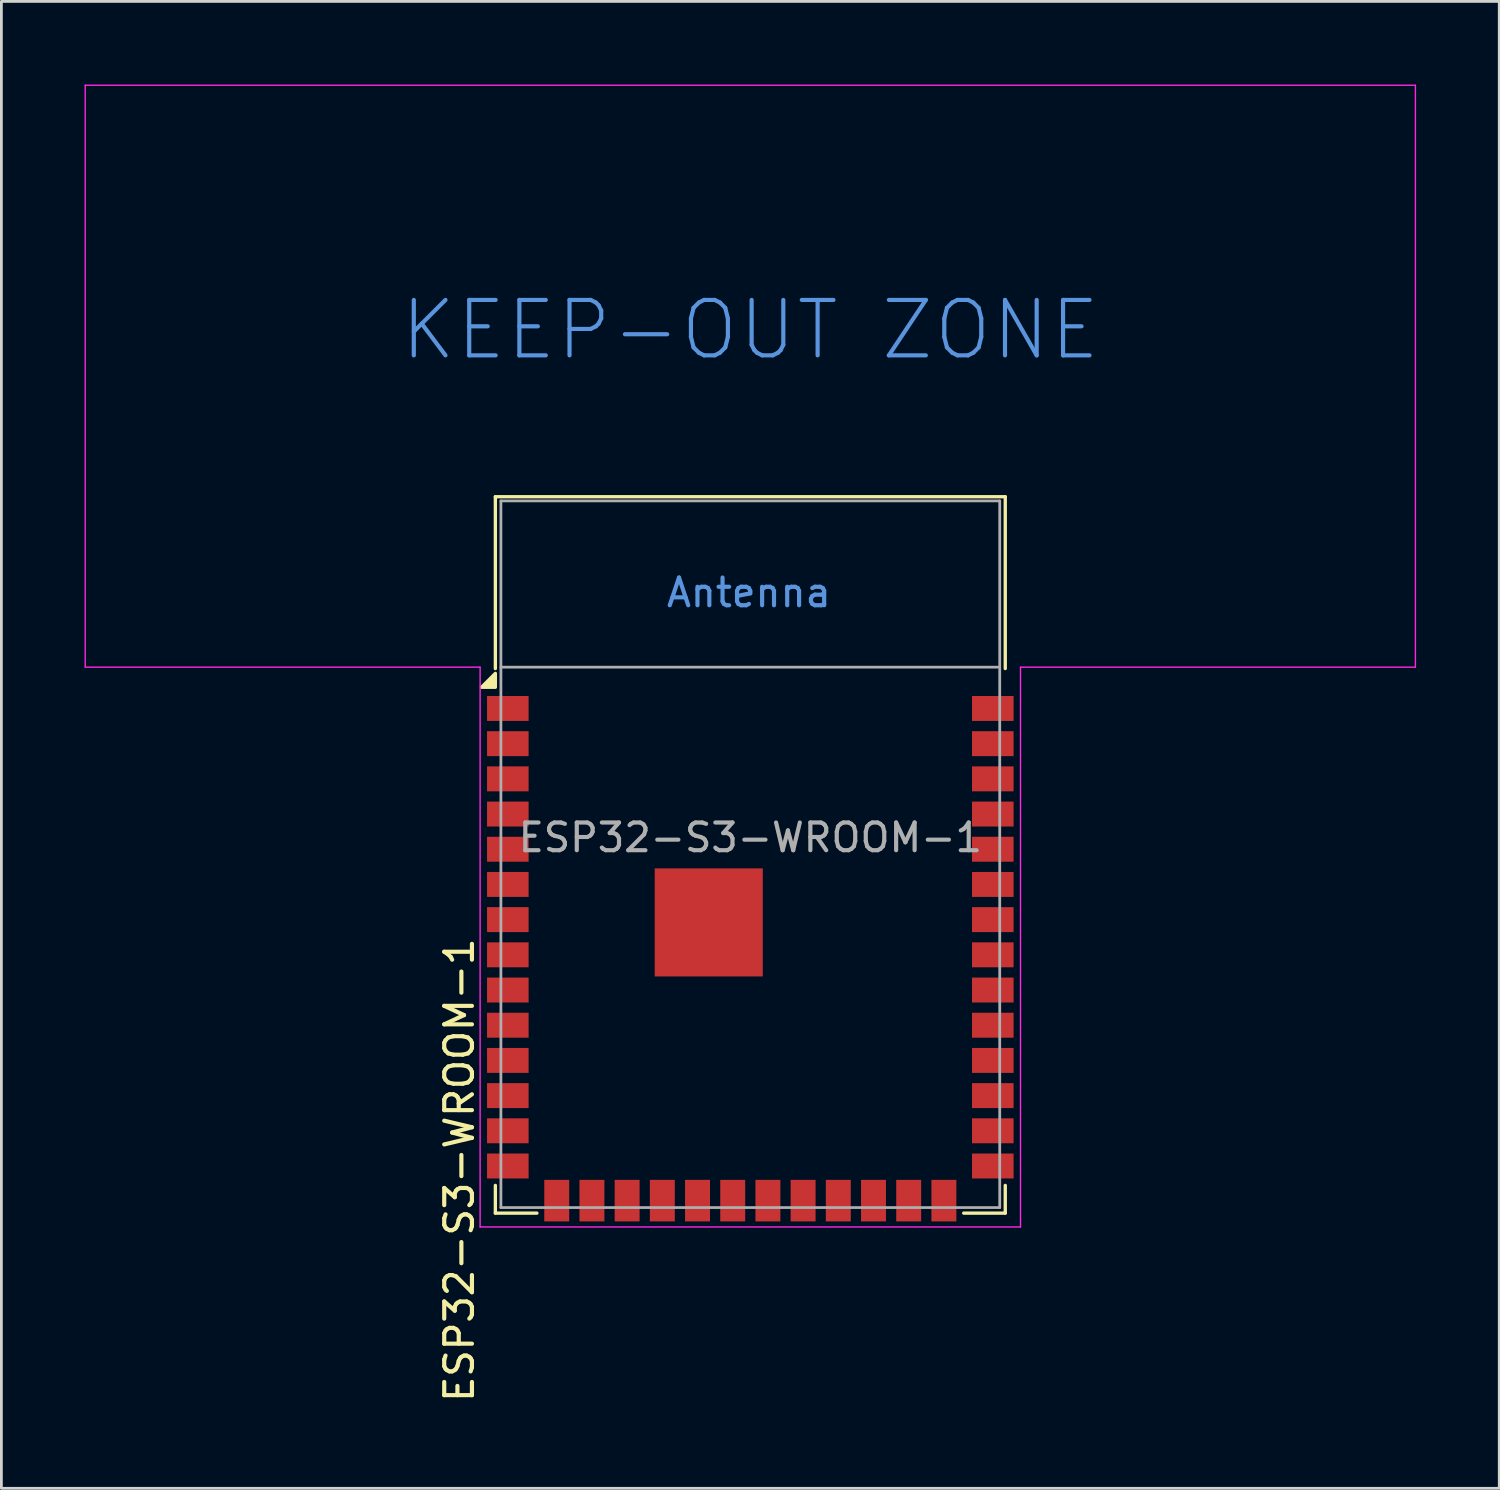
<source format=kicad_pcb>
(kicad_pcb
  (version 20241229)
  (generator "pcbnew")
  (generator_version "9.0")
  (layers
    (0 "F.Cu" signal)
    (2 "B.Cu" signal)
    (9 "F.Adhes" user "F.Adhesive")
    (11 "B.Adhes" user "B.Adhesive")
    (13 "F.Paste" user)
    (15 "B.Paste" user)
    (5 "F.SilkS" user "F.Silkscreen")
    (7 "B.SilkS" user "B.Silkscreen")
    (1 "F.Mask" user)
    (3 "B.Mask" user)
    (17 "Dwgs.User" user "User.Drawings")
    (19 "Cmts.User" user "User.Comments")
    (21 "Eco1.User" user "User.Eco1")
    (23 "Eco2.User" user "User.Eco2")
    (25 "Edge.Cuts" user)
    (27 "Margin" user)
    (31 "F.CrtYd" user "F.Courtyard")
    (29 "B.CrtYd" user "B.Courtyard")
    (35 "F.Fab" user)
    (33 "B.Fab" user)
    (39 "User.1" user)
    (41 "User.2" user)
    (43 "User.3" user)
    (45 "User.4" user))
  (footprint "ESP32-S3-WROOM-1"
    (layer "F.Cu")
    (at 24.025 27.775)
    (property "Reference" "ESP32-S3-WROOM-1" (at -10.5 11.4 90) (unlocked yes) (layer "F.SilkS") (effects (font (size 1 1) (thickness 0.15))))
    (attr smd)
    (fp_line (start -9.2 -12.9) (end -9.2 -6.7) (stroke (width 0.12) (type solid)) (layer "F.SilkS"))
    (fp_line (start -9.2 -12.9) (end 9.2 -12.9) (stroke (width 0.12) (type solid)) (layer "F.SilkS"))
    (fp_line (start -9.2 11.95) (end -9.2 12.95) (stroke (width 0.12) (type solid)) (layer "F.SilkS"))
    (fp_line (start -9.2 12.95) (end -7.7 12.95) (stroke (width 0.12) (type solid)) (layer "F.SilkS"))
    (fp_line (start 9.2 -12.9) (end 9.2 -6.7) (stroke (width 0.12) (type solid)) (layer "F.SilkS"))
    (fp_line (start 9.2 12.95) (end 7.7 12.95) (stroke (width 0.12) (type solid)) (layer "F.SilkS"))
    (fp_line (start 9.2 12.95) (end 9.2 11.95) (stroke (width 0.12) (type solid)) (layer "F.SilkS"))
    (fp_poly (pts (xy -9.2 -6.025) (xy -9.7 -6.025) (xy -9.2 -6.525) (xy -9.2 -6.025)) (stroke (width 0.12) (type solid)) (fill yes) (layer "F.SilkS"))
    (fp_line (start -24 -27.75) (end -24 -6.75) (stroke (width 0.05) (type solid)) (layer "F.CrtYd"))
    (fp_line (start -24 -6.75) (end -9.75 -6.75) (stroke (width 0.05) (type solid)) (layer "F.CrtYd"))
    (fp_line (start -9.75 13.45) (end -9.75 -6.75) (stroke (width 0.05) (type solid)) (layer "F.CrtYd"))
    (fp_line (start -9.75 13.45) (end 9.75 13.45) (stroke (width 0.05) (type solid)) (layer "F.CrtYd"))
    (fp_line (start 9.75 -6.75) (end 9.75 13.45) (stroke (width 0.05) (type solid)) (layer "F.CrtYd"))
    (fp_line (start 9.75 -6.75) (end 24 -6.75) (stroke (width 0.05) (type solid)) (layer "F.CrtYd"))
    (fp_line (start 24 -27.75) (end -24 -27.75) (stroke (width 0.05) (type solid)) (layer "F.CrtYd"))
    (fp_line (start 24 -6.75) (end 24 -27.75) (stroke (width 0.05) (type solid)) (layer "F.CrtYd"))
    (fp_line (start -9 -12.75) (end 9 -12.75) (stroke (width 0.1) (type solid)) (layer "F.Fab"))
    (fp_line (start -9 -6.75) (end 9 -6.75) (stroke (width 0.1) (type solid)) (layer "F.Fab"))
    (fp_line (start -9 12.75) (end -9 -12.75) (stroke (width 0.1) (type solid)) (layer "F.Fab"))
    (fp_line (start -9 12.75) (end 9 12.75) (stroke (width 0.1) (type solid)) (layer "F.Fab"))
    (fp_line (start 9 12.75) (end 9 -12.75) (stroke (width 0.1) (type solid)) (layer "F.Fab"))
    (fp_text user "KEEP-OUT ZONE" (at 0 -18.92 0) (layer "Cmts.User") (effects (font (size 2 2) (thickness 0.15))))
    (fp_text user "Antenna" (at -0.05 -9.44 0) (layer "Cmts.User") (effects (font (size 1 1) (thickness 0.15))))
    (fp_text user "${REFERENCE}" (at 0 -0.6 0) (unlocked yes) (layer "F.Fab") (effects (font (size 1 1) (thickness 0.15))))
    (pad "" smd rect (at -2.9 1.06) (size 0.9 0.9) (layers "F.Paste"))
    (pad "" smd rect (at -2.9 2.46 270) (size 0.9 0.9) (layers "F.Paste"))
    (pad "" smd rect (at -2.9 3.86) (size 0.9 0.9) (layers "F.Paste"))
    (pad "" smd rect (at -1.5 1.06 270) (size 0.9 0.9) (layers "F.Paste"))
    (pad "" smd rect (at -1.5 2.46 270) (size 0.9 0.9) (layers "F.Paste"))
    (pad "" smd rect (at -1.5 3.86 270) (size 0.9 0.9) (layers "F.Paste"))
    (pad "" smd rect (at -0.1 1.06 270) (size 0.9 0.9) (layers "F.Paste"))
    (pad "" smd rect (at -0.1 2.46 270) (size 0.9 0.9) (layers "F.Paste"))
    (pad "" smd rect (at -0.1 3.86 270) (size 0.9 0.9) (layers "F.Paste"))
    (pad "1" smd rect (at -8.75 -5.26) (size 1.5 0.9) (layers "F.Cu" "F.Mask" "F.Paste"))
    (pad "2" smd rect (at -8.75 -3.99) (size 1.5 0.9) (layers "F.Cu" "F.Mask" "F.Paste"))
    (pad "3" smd rect (at -8.75 -2.72) (size 1.5 0.9) (layers "F.Cu" "F.Mask" "F.Paste"))
    (pad "4" smd rect (at -8.75 -1.45) (size 1.5 0.9) (layers "F.Cu" "F.Mask" "F.Paste"))
    (pad "5" smd rect (at -8.75 -0.18) (size 1.5 0.9) (layers "F.Cu" "F.Mask" "F.Paste"))
    (pad "6" smd rect (at -8.75 1.09) (size 1.5 0.9) (layers "F.Cu" "F.Mask" "F.Paste"))
    (pad "7" smd rect (at -8.75 2.36) (size 1.5 0.9) (layers "F.Cu" "F.Mask" "F.Paste"))
    (pad "8" smd rect (at -8.75 3.63) (size 1.5 0.9) (layers "F.Cu" "F.Mask" "F.Paste"))
    (pad "9" smd rect (at -8.75 4.9) (size 1.5 0.9) (layers "F.Cu" "F.Mask" "F.Paste"))
    (pad "10" smd rect (at -8.75 6.17) (size 1.5 0.9) (layers "F.Cu" "F.Mask" "F.Paste"))
    (pad "11" smd rect (at -8.75 7.44) (size 1.5 0.9) (layers "F.Cu" "F.Mask" "F.Paste"))
    (pad "12" smd rect (at -8.75 8.71) (size 1.5 0.9) (layers "F.Cu" "F.Mask" "F.Paste"))
    (pad "13" smd rect (at -8.75 9.98) (size 1.5 0.9) (layers "F.Cu" "F.Mask" "F.Paste"))
    (pad "14" smd rect (at -8.75 11.25 180) (size 1.5 0.9) (layers "F.Cu" "F.Mask" "F.Paste"))
    (pad "15" smd rect (at -6.985 12.5 270) (size 1.5 0.9) (layers "F.Cu" "F.Mask" "F.Paste"))
    (pad "16" smd rect (at -5.715 12.5 270) (size 1.5 0.9) (layers "F.Cu" "F.Mask" "F.Paste"))
    (pad "17" smd rect (at -4.445 12.5 270) (size 1.5 0.9) (layers "F.Cu" "F.Mask" "F.Paste"))
    (pad "18" smd rect (at -3.175 12.5 270) (size 1.5 0.9) (layers "F.Cu" "F.Mask" "F.Paste"))
    (pad "19" smd rect (at -1.905 12.5 270) (size 1.5 0.9) (layers "F.Cu" "F.Mask" "F.Paste"))
    (pad "20" smd rect (at -0.635 12.5 270) (size 1.5 0.9) (layers "F.Cu" "F.Mask" "F.Paste"))
    (pad "21" smd rect (at 0.635 12.5 270) (size 1.5 0.9) (layers "F.Cu" "F.Mask" "F.Paste"))
    (pad "22" smd rect (at 1.905 12.5 270) (size 1.5 0.9) (layers "F.Cu" "F.Mask" "F.Paste"))
    (pad "23" smd rect (at 3.175 12.5 270) (size 1.5 0.9) (layers "F.Cu" "F.Mask" "F.Paste"))
    (pad "24" smd rect (at 4.445 12.5 270) (size 1.5 0.9) (layers "F.Cu" "F.Mask" "F.Paste"))
    (pad "25" smd rect (at 5.715 12.5 270) (size 1.5 0.9) (layers "F.Cu" "F.Mask" "F.Paste"))
    (pad "26" smd rect (at 6.985 12.5 270) (size 1.5 0.9) (layers "F.Cu" "F.Mask" "F.Paste"))
    (pad "27" smd rect (at 8.75 11.25) (size 1.5 0.9) (layers "F.Cu" "F.Mask" "F.Paste"))
    (pad "28" smd rect (at 8.75 9.98) (size 1.5 0.9) (layers "F.Cu" "F.Mask" "F.Paste"))
    (pad "29" smd rect (at 8.75 8.71) (size 1.5 0.9) (layers "F.Cu" "F.Mask" "F.Paste"))
    (pad "30" smd rect (at 8.75 7.44) (size 1.5 0.9) (layers "F.Cu" "F.Mask" "F.Paste"))
    (pad "31" smd rect (at 8.75 6.17) (size 1.5 0.9) (layers "F.Cu" "F.Mask" "F.Paste"))
    (pad "32" smd rect (at 8.75 4.9) (size 1.5 0.9) (layers "F.Cu" "F.Mask" "F.Paste"))
    (pad "33" smd rect (at 8.75 3.63) (size 1.5 0.9) (layers "F.Cu" "F.Mask" "F.Paste"))
    (pad "34" smd rect (at 8.75 2.36) (size 1.5 0.9) (layers "F.Cu" "F.Mask" "F.Paste"))
    (pad "35" smd rect (at 8.75 1.09) (size 1.5 0.9) (layers "F.Cu" "F.Mask" "F.Paste"))
    (pad "36" smd rect (at 8.75 -0.18) (size 1.5 0.9) (layers "F.Cu" "F.Mask" "F.Paste"))
    (pad "37" smd rect (at 8.75 -1.45) (size 1.5 0.9) (layers "F.Cu" "F.Mask" "F.Paste"))
    (pad "38" smd rect (at 8.75 -2.72) (size 1.5 0.9) (layers "F.Cu" "F.Mask" "F.Paste"))
    (pad "39" smd rect (at 8.75 -3.99) (size 1.5 0.9) (layers "F.Cu" "F.Mask" "F.Paste"))
    (pad "40" smd rect (at 8.75 -5.26) (size 1.5 0.9) (layers "F.Cu" "F.Mask" "F.Paste"))
    (pad "41" smd rect (at -1.5 2.46 270) (size 3.9 3.9) (property pad_prop_heatsink) (layers "F.Cu" "F.Mask"))
    (zone (net_name "") (layers "F.Cu" "B.Cu") (hatch full 0.508) (connect_pads) (min_thickness 0.254) (filled_areas_thickness no) (keepout (tracks not_allowed) (vias not_allowed) (pads not_allowed) (copperpour not_allowed) (footprints not_allowed)) (placement (enabled no)) (fill) (polygon (pts (xy 0.025 21.025) (xy 48.025 21.025) (xy 48.025 0.025) (xy 0.025 0.025)))))
  (gr_rect
    (start -3 -3)
    (end 51.05 50.657)
    (stroke (width 0.1) (type default))
    (fill no)
    (layer "Edge.Cuts")))
</source>
